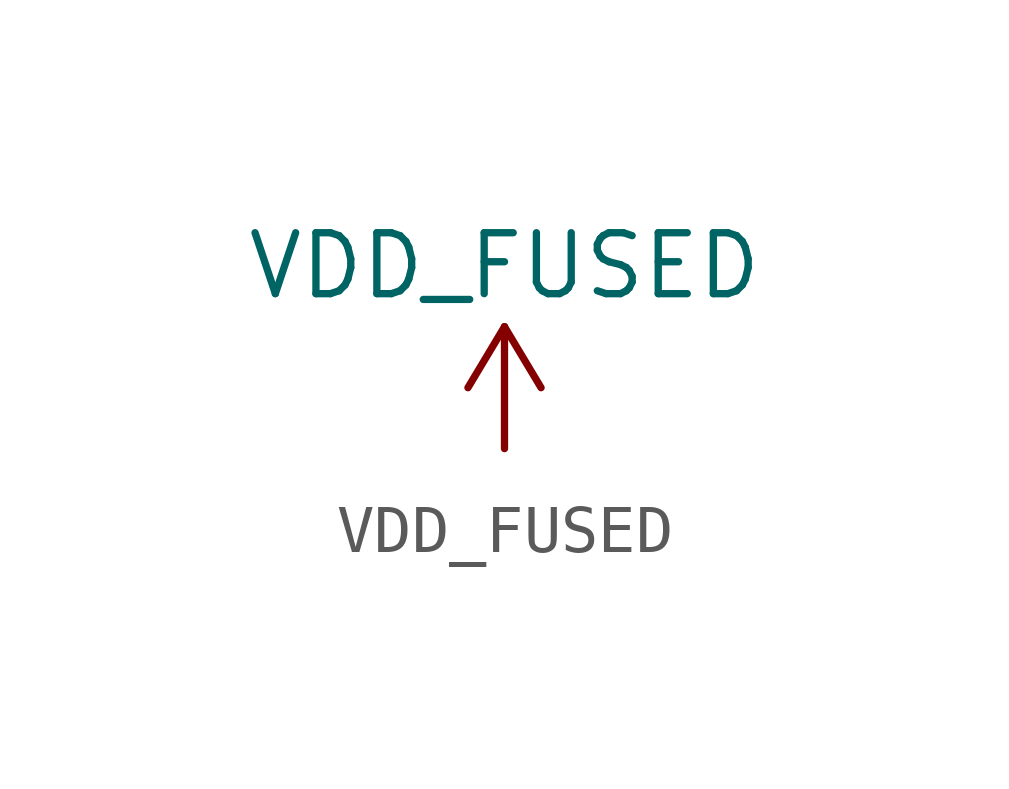
<source format=kicad_sym>
(kicad_symbol_lib
  (version 20220914)
  (generator kicad_symbol_editor)
  (symbol "VDD_FUSED"
    (power)
    (pin_names
      (offset 0))
    (property "Reference" "#PWR"
      (at 0 -3.81 0)
      (effects (font (size 1.27 1.27)) hide))
    (property "Value" "VDD_FUSED"
      (at 0 3.81 0)
      (effects (font (size 1.27 1.27))))
    (symbol "VDD_FUSED_0_1"
      (polyline (pts (xy -0.762 1.27) (xy 0 2.54)) (stroke (width 0) (type default)) (fill (type none)))
      (polyline (pts (xy 0 0) (xy 0 2.54)) (stroke (width 0) (type default)) (fill (type none)))
      (polyline (pts (xy 0 2.54) (xy 0.762 1.27)) (stroke (width 0) (type default)) (fill (type none))))
    (symbol "VDD_FUSED_1_1"
      (pin power_in line (at 0 0 90) (length 0) hide (name "VDD_FUSED" (effects (font (size 1.27 1.27)))) (number "1" (effects (font (size 1.27 1.27))))))))
</source>
